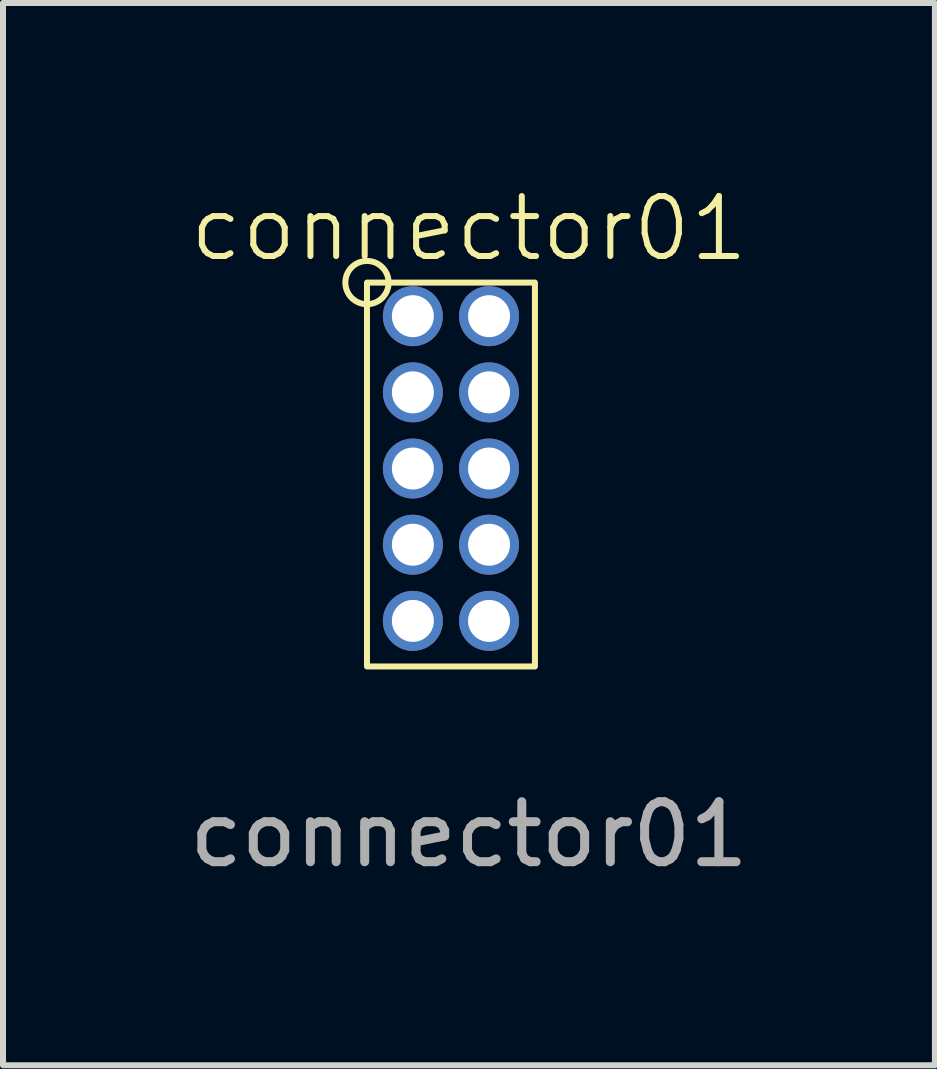
<source format=kicad_pcb>
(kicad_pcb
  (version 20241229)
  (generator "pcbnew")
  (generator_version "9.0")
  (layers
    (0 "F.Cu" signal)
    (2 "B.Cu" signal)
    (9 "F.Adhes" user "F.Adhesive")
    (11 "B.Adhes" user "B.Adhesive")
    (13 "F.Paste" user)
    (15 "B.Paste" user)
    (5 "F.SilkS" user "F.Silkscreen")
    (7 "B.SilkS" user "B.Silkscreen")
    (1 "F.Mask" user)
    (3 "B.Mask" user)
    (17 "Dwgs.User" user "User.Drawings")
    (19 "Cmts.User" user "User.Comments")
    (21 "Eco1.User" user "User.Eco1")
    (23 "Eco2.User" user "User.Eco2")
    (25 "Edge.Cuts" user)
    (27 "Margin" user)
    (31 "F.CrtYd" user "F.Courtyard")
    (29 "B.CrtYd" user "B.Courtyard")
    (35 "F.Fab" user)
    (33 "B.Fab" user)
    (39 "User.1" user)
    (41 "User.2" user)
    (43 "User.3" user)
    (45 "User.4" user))
  (footprint "connector01"
    (layer "F.Cu")
    (at 4.468 4.761)
    (property "Reference" "connector01" (at 0.3 -4 0) (unlocked yes) (layer "F.SilkS") (effects (font (size 1 1) (thickness 0.1))))
    (attr through_hole)
    (fp_rect (start -1.4 -3.1) (end 1.4 3.3) (stroke (width 0.1) (type default)) (fill no) (layer "F.SilkS"))
    (fp_circle (center -1.4 -3.1) (end -1.1 -3.3) (stroke (width 0.1) (type default)) (fill no) (layer "F.SilkS"))
    (fp_text user "${REFERENCE}" (at 0.3 6.1 0) (unlocked yes) (layer "F.Fab") (effects (font (size 1 1) (thickness 0.15))))
    (pad "1" thru_hole circle (at -0.635 -2.54) (size 1 1) (drill 0.7) (layers "*.Cu" "*.Mask"))
    (pad "2" thru_hole circle (at 0.635 -2.54) (size 1 1) (drill 0.7) (layers "*.Cu" "*.Mask"))
    (pad "3" thru_hole circle (at -0.635 -1.27) (size 1 1) (drill 0.7) (layers "*.Cu" "*.Mask"))
    (pad "4" thru_hole circle (at 0.635 -1.27) (size 1 1) (drill 0.7) (layers "*.Cu" "*.Mask"))
    (pad "5" thru_hole circle (at -0.635 0) (size 1 1) (drill 0.7) (layers "*.Cu" "*.Mask"))
    (pad "6" thru_hole circle (at 0.635 0) (size 1 1) (drill 0.7) (layers "*.Cu" "*.Mask"))
    (pad "7" thru_hole circle (at -0.635 1.27) (size 1 1) (drill 0.7) (layers "*.Cu" "*.Mask"))
    (pad "8" thru_hole circle (at 0.635 1.27) (size 1 1) (drill 0.7) (layers "*.Cu" "*.Mask"))
    (pad "9" thru_hole circle (at -0.635 2.54) (size 1 1) (drill 0.7) (layers "*.Cu" "*.Mask"))
    (pad "10" thru_hole circle (at 0.635 2.54) (size 1 1) (drill 0.7) (layers "*.Cu" "*.Mask")))
  (gr_rect
    (start -3 -3)
    (end 12.536 14.709)
    (stroke (width 0.1) (type default))
    (fill no)
    (layer "Edge.Cuts")))
</source>
